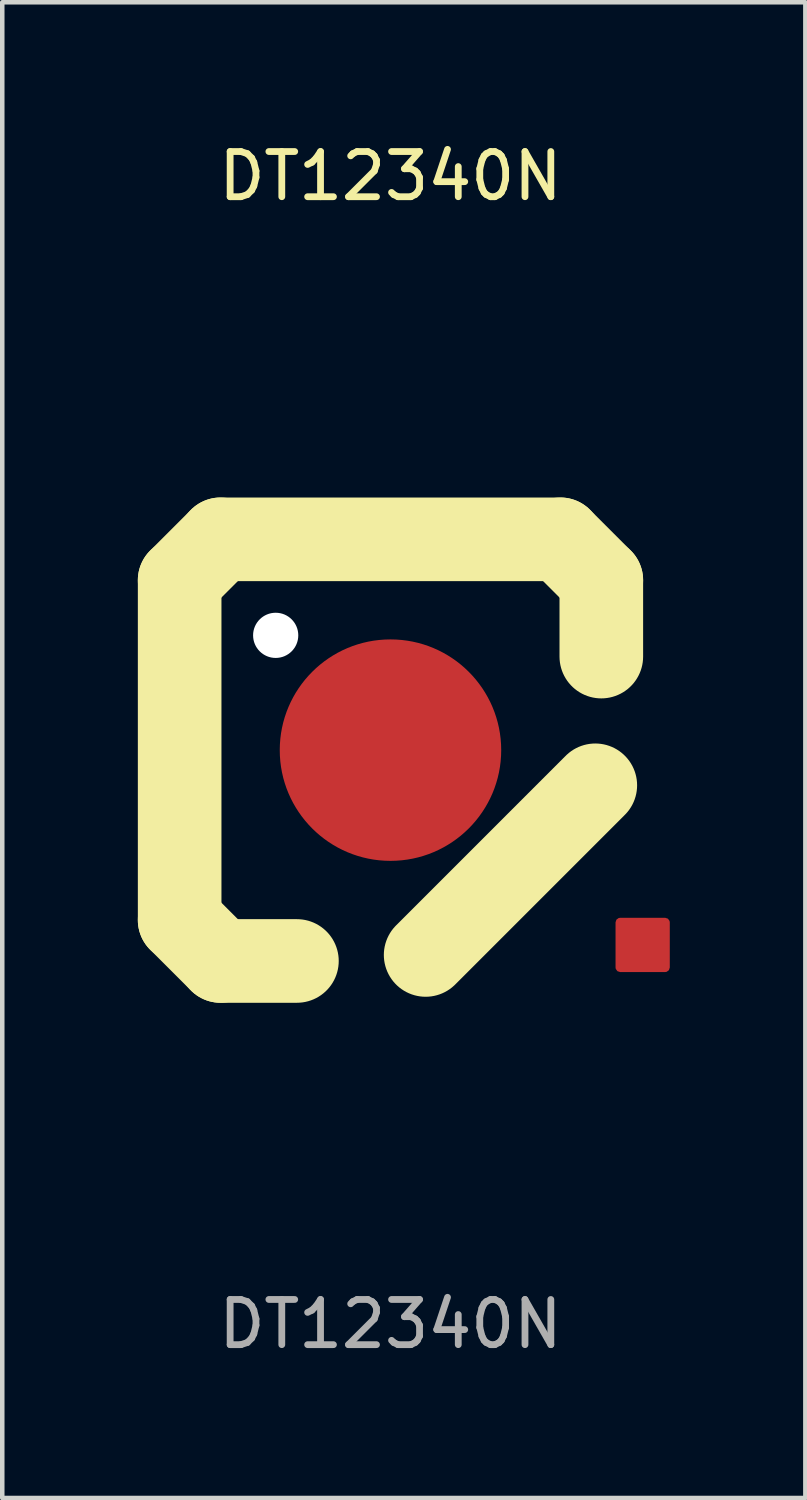
<source format=kicad_pcb>
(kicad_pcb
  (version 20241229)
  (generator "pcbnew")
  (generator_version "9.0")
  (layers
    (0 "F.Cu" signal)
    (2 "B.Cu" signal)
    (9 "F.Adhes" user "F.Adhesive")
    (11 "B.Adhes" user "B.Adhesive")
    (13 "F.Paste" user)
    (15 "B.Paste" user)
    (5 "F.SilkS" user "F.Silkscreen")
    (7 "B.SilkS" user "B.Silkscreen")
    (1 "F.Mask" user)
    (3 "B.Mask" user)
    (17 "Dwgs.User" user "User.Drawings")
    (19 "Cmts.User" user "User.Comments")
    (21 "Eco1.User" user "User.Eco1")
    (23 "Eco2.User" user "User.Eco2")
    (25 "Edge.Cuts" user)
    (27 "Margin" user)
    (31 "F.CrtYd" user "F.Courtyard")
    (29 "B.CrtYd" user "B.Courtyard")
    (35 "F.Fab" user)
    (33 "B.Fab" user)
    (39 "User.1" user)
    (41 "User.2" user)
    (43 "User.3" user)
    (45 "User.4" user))
  (footprint "DT12340N"
    (layer "F.Cu")
    (at 5.59 13.548)
    (property "Reference" "DT12340N" (at 0 -12.7 0) (unlocked yes) (layer "F.SilkS") (effects (font (size 1 1) (thickness 0.15))))
    (attr through_hole)
    (fp_line (start -4.665 -3.76) (end -4.665 3.76) (stroke (width 1.85) (type solid)) (layer "F.SilkS"))
    (fp_line (start -4.665 -3.76) (end -3.76 -4.665) (stroke (width 1.85) (type solid)) (layer "F.SilkS"))
    (fp_line (start -3.76 -4.665) (end 3.76 -4.665) (stroke (width 1.85) (type solid)) (layer "F.SilkS"))
    (fp_line (start -3.76 4.665) (end -4.665 3.76) (stroke (width 1.85) (type solid)) (layer "F.SilkS"))
    (fp_line (start -3.76 4.665) (end -2.07 4.665) (stroke (width 1.85) (type solid)) (layer "F.SilkS"))
    (fp_line (start 0.778 4.532) (end 4.532 0.778) (stroke (width 1.85) (type solid)) (layer "F.SilkS"))
    (fp_line (start 3.76 -4.665) (end 4.665 -3.76) (stroke (width 1.85) (type solid)) (layer "F.SilkS"))
    (fp_line (start 4.665 -2.07) (end 4.665 -3.76) (stroke (width 1.85) (type solid)) (layer "F.SilkS"))
    (fp_text user "${REFERENCE}" (at 0 12.7 0) (unlocked yes) (layer "F.Fab") (effects (font (size 1 1) (thickness 0.15))))
    (pad "" np_thru_hole circle (at -2.54 -2.54) (size 1 1) (drill 1) (layers "*.Cu" "*.Mask"))
    (pad "1" smd custom (at 5.08 3.81) (size 0.1 0.1) (layers "F.Cu" "F.Mask" "F.Paste") (options (anchor circle)) (primitives (gr_poly (pts (xy 0 0) (xy 1 0) (xy 1 1) (xy 0 1)) (width 0.2) (fill yes))))
    (pad "2" smd circle (at 0 0) (size 4.9 4.9) (layers "F.Cu" "F.Mask" "F.Paste"))
    (pad "3" smd circle (at -1.27 -5.08) (size 1 1) (layers "F.Cu" "F.Mask" "F.Paste")))
  (gr_rect
    (start -3 -3)
    (end 14.77 30.096)
    (stroke (width 0.1) (type default))
    (fill no)
    (layer "Edge.Cuts")))
</source>
